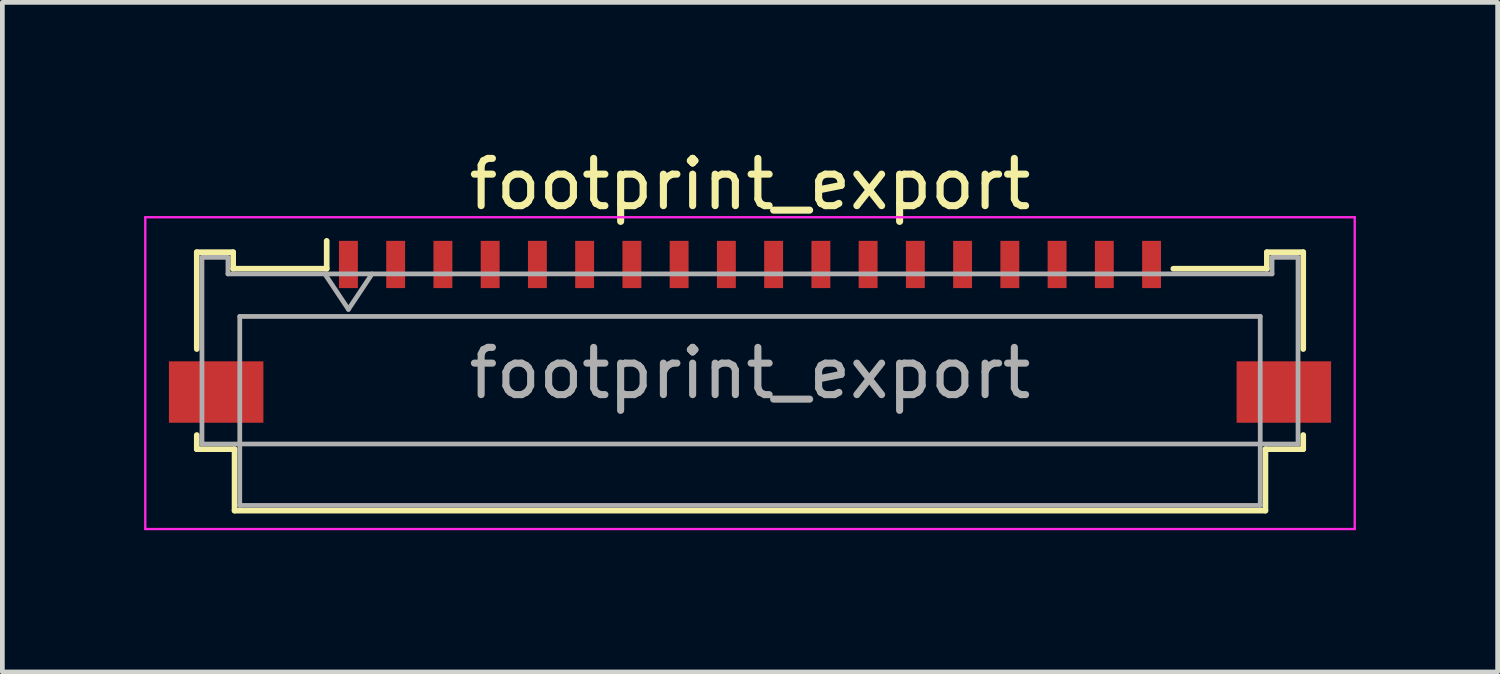
<source format=kicad_pcb>
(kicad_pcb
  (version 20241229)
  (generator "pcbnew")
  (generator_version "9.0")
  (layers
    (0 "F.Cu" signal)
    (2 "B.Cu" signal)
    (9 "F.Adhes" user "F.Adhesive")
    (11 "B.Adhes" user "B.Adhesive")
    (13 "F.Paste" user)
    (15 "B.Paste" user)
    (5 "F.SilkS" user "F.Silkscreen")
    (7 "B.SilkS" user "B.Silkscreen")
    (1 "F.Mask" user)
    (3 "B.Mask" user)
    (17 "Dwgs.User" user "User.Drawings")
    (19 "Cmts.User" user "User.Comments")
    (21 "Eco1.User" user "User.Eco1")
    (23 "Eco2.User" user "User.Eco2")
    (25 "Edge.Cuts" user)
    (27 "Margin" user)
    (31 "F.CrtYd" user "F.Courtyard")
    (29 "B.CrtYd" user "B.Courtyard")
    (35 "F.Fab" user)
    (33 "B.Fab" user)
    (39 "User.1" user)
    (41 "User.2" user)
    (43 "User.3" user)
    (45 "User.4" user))
  (footprint "footprint_export"
    (layer "F.Cu")
    (at 12.825 3.458)
    (property "Reference" "footprint_export" (at 0 -2.61 0) (layer "F.SilkS") (effects (font (size 1 1) (thickness 0.15))))
    (attr smd)
    (fp_line (start -11.71 -1.17) (end -11.71 0.88) (stroke (width 0.12) (type solid)) (layer "F.SilkS"))
    (fp_line (start -11.71 2.7) (end -11.71 3) (stroke (width 0.12) (type solid)) (layer "F.SilkS"))
    (fp_line (start -11.71 3) (end -10.91 3) (stroke (width 0.12) (type solid)) (layer "F.SilkS"))
    (fp_line (start -10.94 -1.17) (end -11.71 -1.17) (stroke (width 0.12) (type solid)) (layer "F.SilkS"))
    (fp_line (start -10.94 -0.82) (end -10.94 -1.17) (stroke (width 0.12) (type solid)) (layer "F.SilkS"))
    (fp_line (start -10.91 3) (end -10.91 4.3) (stroke (width 0.12) (type solid)) (layer "F.SilkS"))
    (fp_line (start -10.91 4.3) (end 10.91 4.3) (stroke (width 0.12) (type solid)) (layer "F.SilkS"))
    (fp_line (start -8.96 -1.41) (end -8.96 -0.82) (stroke (width 0.12) (type solid)) (layer "F.SilkS"))
    (fp_line (start -8.96 -0.82) (end -10.94 -0.82) (stroke (width 0.12) (type solid)) (layer "F.SilkS"))
    (fp_line (start 10.91 3) (end 11.71 3) (stroke (width 0.12) (type solid)) (layer "F.SilkS"))
    (fp_line (start 10.91 4.3) (end 10.91 3) (stroke (width 0.12) (type solid)) (layer "F.SilkS"))
    (fp_line (start 10.94 -1.17) (end 10.94 -0.82) (stroke (width 0.12) (type solid)) (layer "F.SilkS"))
    (fp_line (start 10.94 -0.82) (end 8.96 -0.82) (stroke (width 0.12) (type solid)) (layer "F.SilkS"))
    (fp_line (start 11.71 -1.17) (end 10.94 -1.17) (stroke (width 0.12) (type solid)) (layer "F.SilkS"))
    (fp_line (start 11.71 0.88) (end 11.71 -1.17) (stroke (width 0.12) (type solid)) (layer "F.SilkS"))
    (fp_line (start 11.71 3) (end 11.71 2.7) (stroke (width 0.12) (type solid)) (layer "F.SilkS"))
    (fp_line (start -12.8 -1.91) (end -12.8 4.69) (stroke (width 0.05) (type solid)) (layer "F.CrtYd"))
    (fp_line (start -12.8 4.69) (end 12.8 4.69) (stroke (width 0.05) (type solid)) (layer "F.CrtYd"))
    (fp_line (start 12.8 -1.91) (end -12.8 -1.91) (stroke (width 0.05) (type solid)) (layer "F.CrtYd"))
    (fp_line (start 12.8 4.69) (end 12.8 -1.91) (stroke (width 0.05) (type solid)) (layer "F.CrtYd"))
    (fp_line (start -11.6 -1.06) (end -11.6 2.89) (stroke (width 0.1) (type solid)) (layer "F.Fab"))
    (fp_line (start -11.6 2.89) (end 11.6 2.89) (stroke (width 0.1) (type solid)) (layer "F.Fab"))
    (fp_line (start -11.05 -1.06) (end -11.6 -1.06) (stroke (width 0.1) (type solid)) (layer "F.Fab"))
    (fp_line (start -11.05 -0.71) (end -11.05 -1.06) (stroke (width 0.1) (type solid)) (layer "F.Fab"))
    (fp_line (start -10.8 0.19) (end -10.8 4.19) (stroke (width 0.1) (type solid)) (layer "F.Fab"))
    (fp_line (start -10.8 4.19) (end 10.8 4.19) (stroke (width 0.1) (type solid)) (layer "F.Fab"))
    (fp_line (start -9 -0.71) (end -8.5 0.04) (stroke (width 0.1) (type solid)) (layer "F.Fab"))
    (fp_line (start -8.5 0.04) (end -8 -0.71) (stroke (width 0.1) (type solid)) (layer "F.Fab"))
    (fp_line (start 10.8 0.19) (end -10.8 0.19) (stroke (width 0.1) (type solid)) (layer "F.Fab"))
    (fp_line (start 10.8 4.19) (end 10.8 0.19) (stroke (width 0.1) (type solid)) (layer "F.Fab"))
    (fp_line (start 11.05 -1.06) (end 11.05 -0.71) (stroke (width 0.1) (type solid)) (layer "F.Fab"))
    (fp_line (start 11.05 -0.71) (end -11.05 -0.71) (stroke (width 0.1) (type solid)) (layer "F.Fab"))
    (fp_line (start 11.6 -1.06) (end 11.05 -1.06) (stroke (width 0.1) (type solid)) (layer "F.Fab"))
    (fp_line (start 11.6 2.89) (end 11.6 -1.06) (stroke (width 0.1) (type solid)) (layer "F.Fab"))
    (fp_text user "${REFERENCE}" (at 0 1.39 0) (layer "F.Fab") (effects (font (size 1 1) (thickness 0.15))))
    (pad "1" smd rect (at -8.5 -0.91) (size 0.4 1) (layers "F.Cu" "F.Mask" "F.Paste"))
    (pad "2" smd rect (at -7.5 -0.91) (size 0.4 1) (layers "F.Cu" "F.Mask" "F.Paste"))
    (pad "3" smd rect (at -6.5 -0.91) (size 0.4 1) (layers "F.Cu" "F.Mask" "F.Paste"))
    (pad "4" smd rect (at -5.5 -0.91) (size 0.4 1) (layers "F.Cu" "F.Mask" "F.Paste"))
    (pad "5" smd rect (at -4.5 -0.91) (size 0.4 1) (layers "F.Cu" "F.Mask" "F.Paste"))
    (pad "6" smd rect (at -3.5 -0.91) (size 0.4 1) (layers "F.Cu" "F.Mask" "F.Paste"))
    (pad "7" smd rect (at -2.5 -0.91) (size 0.4 1) (layers "F.Cu" "F.Mask" "F.Paste"))
    (pad "8" smd rect (at -1.5 -0.91) (size 0.4 1) (layers "F.Cu" "F.Mask" "F.Paste"))
    (pad "9" smd rect (at -0.5 -0.91) (size 0.4 1) (layers "F.Cu" "F.Mask" "F.Paste"))
    (pad "10" smd rect (at 0.5 -0.91) (size 0.4 1) (layers "F.Cu" "F.Mask" "F.Paste"))
    (pad "11" smd rect (at 1.5 -0.91) (size 0.4 1) (layers "F.Cu" "F.Mask" "F.Paste"))
    (pad "12" smd rect (at 2.5 -0.91) (size 0.4 1) (layers "F.Cu" "F.Mask" "F.Paste"))
    (pad "13" smd rect (at 3.5 -0.91) (size 0.4 1) (layers "F.Cu" "F.Mask" "F.Paste"))
    (pad "14" smd rect (at 4.5 -0.91) (size 0.4 1) (layers "F.Cu" "F.Mask" "F.Paste"))
    (pad "15" smd rect (at 5.5 -0.91) (size 0.4 1) (layers "F.Cu" "F.Mask" "F.Paste"))
    (pad "16" smd rect (at 6.5 -0.91) (size 0.4 1) (layers "F.Cu" "F.Mask" "F.Paste"))
    (pad "17" smd rect (at 7.5 -0.91) (size 0.4 1) (layers "F.Cu" "F.Mask" "F.Paste"))
    (pad "18" smd rect (at 8.5 -0.91) (size 0.4 1) (layers "F.Cu" "F.Mask" "F.Paste"))
    (pad "MP" smd rect (at -11.3 1.79) (size 2 1.3) (layers "F.Cu" "F.Mask" "F.Paste"))
    (pad "MP" smd rect (at 11.3 1.79) (size 2 1.3) (layers "F.Cu" "F.Mask" "F.Paste")))
  (gr_rect
    (start -3 -3)
    (end 28.65 11.173)
    (stroke (width 0.1) (type default))
    (fill no)
    (layer "Edge.Cuts")))
</source>
